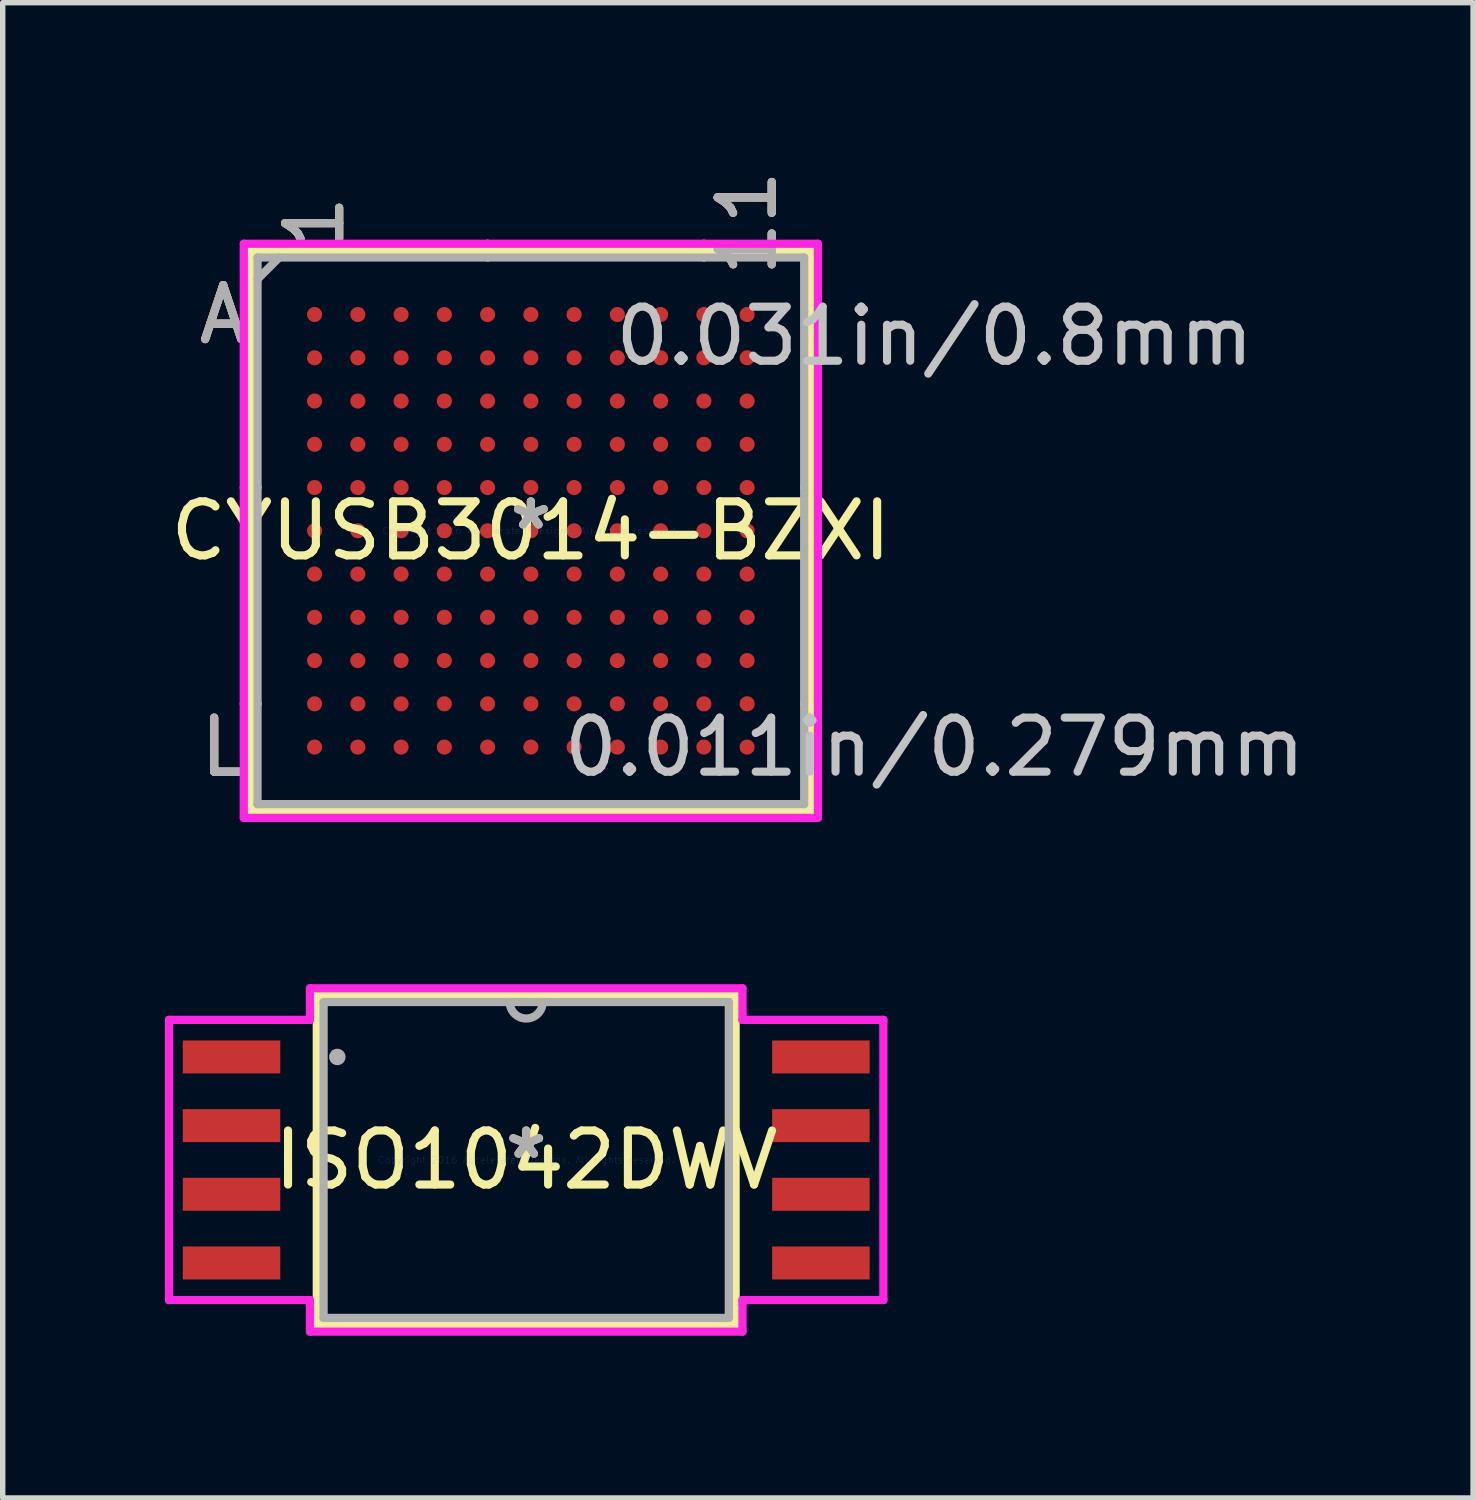
<source format=kicad_pcb>
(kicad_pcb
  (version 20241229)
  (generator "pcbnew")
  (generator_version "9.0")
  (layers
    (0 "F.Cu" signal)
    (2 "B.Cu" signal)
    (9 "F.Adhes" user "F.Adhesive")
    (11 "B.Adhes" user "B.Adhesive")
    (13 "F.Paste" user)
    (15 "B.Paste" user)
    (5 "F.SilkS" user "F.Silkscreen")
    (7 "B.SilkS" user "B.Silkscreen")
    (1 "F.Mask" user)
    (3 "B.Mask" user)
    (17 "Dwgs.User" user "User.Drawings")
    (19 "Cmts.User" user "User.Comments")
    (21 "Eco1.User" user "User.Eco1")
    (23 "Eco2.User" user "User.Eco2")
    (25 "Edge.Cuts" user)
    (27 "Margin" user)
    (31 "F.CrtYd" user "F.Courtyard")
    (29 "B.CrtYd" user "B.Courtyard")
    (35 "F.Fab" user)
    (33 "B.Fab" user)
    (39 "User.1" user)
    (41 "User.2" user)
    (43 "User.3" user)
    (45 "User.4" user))
  (footprint "ISO1042DWV"
    (layer "F.Cu")
    (at 6.682 18.403)
    (property "Reference" "ISO1042DWV" (at 0 0 0) (layer "F.SilkS") (effects (font (size 1 1) (thickness 0.15))))
    (attr through_hole)
    (fp_line (start -3.873 -3.048) (end -3.873 3.048) (stroke (width 0.152) (type solid)) (layer "F.SilkS"))
    (fp_line (start -3.873 3.048) (end 3.873 3.048) (stroke (width 0.152) (type solid)) (layer "F.SilkS"))
    (fp_line (start 3.873 -3.048) (end -3.873 -3.048) (stroke (width 0.152) (type solid)) (layer "F.SilkS"))
    (fp_line (start 3.873 3.048) (end 3.873 -3.048) (stroke (width 0.152) (type solid)) (layer "F.SilkS"))
    (fp_line (start -6.606 -2.591) (end -4 -2.591) (stroke (width 0.152) (type solid)) (layer "F.CrtYd"))
    (fp_line (start -6.606 2.591) (end -6.606 -2.591) (stroke (width 0.152) (type solid)) (layer "F.CrtYd"))
    (fp_line (start -4 -3.175) (end 4 -3.175) (stroke (width 0.152) (type solid)) (layer "F.CrtYd"))
    (fp_line (start -4 -2.591) (end -4 -3.175) (stroke (width 0.152) (type solid)) (layer "F.CrtYd"))
    (fp_line (start -4 2.591) (end -6.606 2.591) (stroke (width 0.152) (type solid)) (layer "F.CrtYd"))
    (fp_line (start -4 3.175) (end -4 2.591) (stroke (width 0.152) (type solid)) (layer "F.CrtYd"))
    (fp_line (start 4 -3.175) (end 4 -2.591) (stroke (width 0.152) (type solid)) (layer "F.CrtYd"))
    (fp_line (start 4 -2.591) (end 6.606 -2.591) (stroke (width 0.152) (type solid)) (layer "F.CrtYd"))
    (fp_line (start 4 2.591) (end 4 3.175) (stroke (width 0.152) (type solid)) (layer "F.CrtYd"))
    (fp_line (start 4 3.175) (end -4 3.175) (stroke (width 0.152) (type solid)) (layer "F.CrtYd"))
    (fp_line (start 6.606 -2.591) (end 6.606 2.591) (stroke (width 0.152) (type solid)) (layer "F.CrtYd"))
    (fp_line (start 6.606 2.591) (end 4 2.591) (stroke (width 0.152) (type solid)) (layer "F.CrtYd"))
    (fp_line (start -3.747 -2.921) (end -3.747 2.921) (stroke (width 0.152) (type solid)) (layer "F.Fab"))
    (fp_line (start -3.747 2.921) (end 3.747 2.921) (stroke (width 0.152) (type solid)) (layer "F.Fab"))
    (fp_line (start 3.747 -2.921) (end -3.747 -2.921) (stroke (width 0.152) (type solid)) (layer "F.Fab"))
    (fp_line (start 3.747 2.921) (end 3.747 -2.921) (stroke (width 0.152) (type solid)) (layer "F.Fab"))
    (fp_arc (start 0.3048 -2.921) (mid 0 -2.6162) (end -0.3048 -2.921) (stroke (width 0.1524) (type solid)) (layer "F.Fab"))
    (fp_circle (center -3.493 -1.905) (end -3.493 -1.905) (stroke (width 0.152) (type solid)) (fill no) (layer "F.Fab"))
    (fp_text user "*" (at 0 0 0) (layer "F.SilkS") (effects (font (size 1 1) (thickness 0.15))))
    (fp_text user "Copyright 2016 Accelerated Designs. All rights reserved." (at 0 0 0) (layer "Cmts.User") (effects (font (size 0.127 0.127) (thickness 0.002))))
    (fp_text user "*" (at 0 0 0) (layer "F.Fab") (effects (font (size 1 1) (thickness 0.15))))
    (pad "1" smd rect (at -5.45 -1.905) (size 1.803 0.61) (layers "F.Cu" "F.Mask" "F.Paste"))
    (pad "2" smd rect (at -5.45 -0.635) (size 1.803 0.61) (layers "F.Cu" "F.Mask" "F.Paste"))
    (pad "3" smd rect (at -5.45 0.635) (size 1.803 0.61) (layers "F.Cu" "F.Mask" "F.Paste"))
    (pad "4" smd rect (at -5.45 1.905) (size 1.803 0.61) (layers "F.Cu" "F.Mask" "F.Paste"))
    (pad "5" smd rect (at 5.45 1.905) (size 1.803 0.61) (layers "F.Cu" "F.Mask" "F.Paste"))
    (pad "6" smd rect (at 5.45 0.635) (size 1.803 0.61) (layers "F.Cu" "F.Mask" "F.Paste"))
    (pad "7" smd rect (at 5.45 -0.635) (size 1.803 0.61) (layers "F.Cu" "F.Mask" "F.Paste"))
    (pad "8" smd rect (at 5.45 -1.905) (size 1.803 0.61) (layers "F.Cu" "F.Mask" "F.Paste")))
  (footprint "CYUSB3014-BZXI"
    (layer "F.Cu")
    (at 6.768 6.767)
    (property "Reference" "CYUSB3014-BZXI" (at 0 0 0) (layer "F.SilkS") (effects (font (size 1 1) (thickness 0.15))))
    (attr through_hole)
    (fp_line (start -5.182 -5.182) (end -5.182 5.182) (stroke (width 0.152) (type solid)) (layer "F.SilkS"))
    (fp_line (start -5.182 5.182) (end 5.182 5.182) (stroke (width 0.152) (type solid)) (layer "F.SilkS"))
    (fp_line (start -5.055 -0.8) (end -5.309 -0.8) (stroke (width 0.152) (type solid)) (layer "F.SilkS"))
    (fp_line (start -5.055 3.2) (end -5.309 3.2) (stroke (width 0.152) (type solid)) (layer "F.SilkS"))
    (fp_line (start -0.8 -5.055) (end -0.8 -5.309) (stroke (width 0.152) (type solid)) (layer "F.SilkS"))
    (fp_line (start -0.8 5.055) (end -0.8 5.309) (stroke (width 0.152) (type solid)) (layer "F.SilkS"))
    (fp_line (start 3.2 -5.055) (end 3.2 -5.309) (stroke (width 0.152) (type solid)) (layer "F.SilkS"))
    (fp_line (start 3.2 5.055) (end 3.2 5.309) (stroke (width 0.152) (type solid)) (layer "F.SilkS"))
    (fp_line (start 5.055 -0.8) (end 5.309 -0.8) (stroke (width 0.152) (type solid)) (layer "F.SilkS"))
    (fp_line (start 5.055 3.2) (end 5.309 3.2) (stroke (width 0.152) (type solid)) (layer "F.SilkS"))
    (fp_line (start 5.182 -5.182) (end -5.182 -5.182) (stroke (width 0.152) (type solid)) (layer "F.SilkS"))
    (fp_line (start 5.182 5.182) (end 5.182 -5.182) (stroke (width 0.152) (type solid)) (layer "F.SilkS"))
    (fp_line (start -5.309 -5.309) (end 5.309 -5.309) (stroke (width 0.152) (type solid)) (layer "F.CrtYd"))
    (fp_line (start -5.309 5.309) (end -5.309 -5.309) (stroke (width 0.152) (type solid)) (layer "F.CrtYd"))
    (fp_line (start 5.309 -5.309) (end 5.309 5.309) (stroke (width 0.152) (type solid)) (layer "F.CrtYd"))
    (fp_line (start 5.309 5.309) (end -5.309 5.309) (stroke (width 0.152) (type solid)) (layer "F.CrtYd"))
    (fp_line (start -5.055 -5.055) (end -5.055 5.055) (stroke (width 0.152) (type solid)) (layer "F.Fab"))
    (fp_line (start -5.055 5.055) (end 5.055 5.055) (stroke (width 0.152) (type solid)) (layer "F.Fab"))
    (fp_line (start -4.655 -5.055) (end -5.055 -4.655) (stroke (width 0.152) (type solid)) (layer "F.Fab"))
    (fp_line (start 5.055 -5.055) (end -5.055 -5.055) (stroke (width 0.152) (type solid)) (layer "F.Fab"))
    (fp_line (start 5.055 5.055) (end 5.055 -5.055) (stroke (width 0.152) (type solid)) (layer "F.Fab"))
    (fp_text user "L" (at -5.69 4 0) (layer "F.SilkS") (effects (font (size 1 1) (thickness 0.15))))
    (fp_text user "11" (at 4 -5.69 90) (layer "F.SilkS") (effects (font (size 1 1) (thickness 0.15))))
    (fp_text user "*" (at 0 0 0) (layer "F.SilkS") (effects (font (size 1 1) (thickness 0.15))))
    (fp_text user "1" (at -4 -5.69 90) (layer "F.SilkS") (effects (font (size 1 1) (thickness 0.15))))
    (fp_text user "A" (at -5.69 -4 0) (layer "F.SilkS") (effects (font (size 1 1) (thickness 0.15))))
    (fp_text user "1" (at -4 -5.69 90) (layer "B.SilkS") (effects (font (size 1 1) (thickness 0.15))))
    (fp_text user "L" (at -5.69 4 0) (layer "B.SilkS") (effects (font (size 1 1) (thickness 0.15))))
    (fp_text user "A" (at -5.69 -4 0) (layer "B.SilkS") (effects (font (size 1 1) (thickness 0.15))))
    (fp_text user "11" (at 4 -5.69 90) (layer "B.SilkS") (effects (font (size 1 1) (thickness 0.15))))
    (fp_text user "0.031in/0.8mm" (at 7.468 -3.6 0) (layer "Dwgs.User") (effects (font (size 1 1) (thickness 0.15))))
    (fp_text user "0.011in/0.279mm" (at 7.468 4 0) (layer "Dwgs.User") (effects (font (size 1 1) (thickness 0.15))))
    (fp_text user "Copyright 2016 Accelerated Designs. All rights reserved." (at 0 0 0) (layer "Cmts.User") (effects (font (size 0.127 0.127) (thickness 0.002))))
    (fp_text user "11" (at 4 -5.69 90) (layer "F.Fab") (effects (font (size 1 1) (thickness 0.15))))
    (fp_text user "A" (at -5.69 -4 0) (layer "F.Fab") (effects (font (size 1 1) (thickness 0.15))))
    (fp_text user "*" (at 0 0 0) (layer "F.Fab") (effects (font (size 1 1) (thickness 0.15))))
    (fp_text user "L" (at -5.69 4 0) (layer "F.Fab") (effects (font (size 1 1) (thickness 0.15))))
    (fp_text user "1" (at -4 -5.69 90) (layer "F.Fab") (effects (font (size 1 1) (thickness 0.15))))
    (pad "A1" smd circle (at -4 -4) (size 0.279 0.279) (layers "F.Cu" "F.Mask" "F.Paste"))
    (pad "A2" smd circle (at -3.2 -4) (size 0.279 0.279) (layers "F.Cu" "F.Mask" "F.Paste"))
    (pad "A3" smd circle (at -2.4 -4) (size 0.279 0.279) (layers "F.Cu" "F.Mask" "F.Paste"))
    (pad "A4" smd circle (at -1.6 -4) (size 0.279 0.279) (layers "F.Cu" "F.Mask" "F.Paste"))
    (pad "A5" smd circle (at -0.8 -4) (size 0.279 0.279) (layers "F.Cu" "F.Mask" "F.Paste"))
    (pad "A6" smd circle (at 0 -4) (size 0.279 0.279) (layers "F.Cu" "F.Mask" "F.Paste"))
    (pad "A7" smd circle (at 0.8 -4) (size 0.279 0.279) (layers "F.Cu" "F.Mask" "F.Paste"))
    (pad "A8" smd circle (at 1.6 -4) (size 0.279 0.279) (layers "F.Cu" "F.Mask" "F.Paste"))
    (pad "A9" smd circle (at 2.4 -4) (size 0.279 0.279) (layers "F.Cu" "F.Mask" "F.Paste"))
    (pad "A10" smd circle (at 3.2 -4) (size 0.279 0.279) (layers "F.Cu" "F.Mask" "F.Paste"))
    (pad "A11" smd circle (at 4 -4) (size 0.279 0.279) (layers "F.Cu" "F.Mask" "F.Paste"))
    (pad "B1" smd circle (at -4 -3.2) (size 0.279 0.279) (layers "F.Cu" "F.Mask" "F.Paste"))
    (pad "B2" smd circle (at -3.2 -3.2) (size 0.279 0.279) (layers "F.Cu" "F.Mask" "F.Paste"))
    (pad "B3" smd circle (at -2.4 -3.2) (size 0.279 0.279) (layers "F.Cu" "F.Mask" "F.Paste"))
    (pad "B4" smd circle (at -1.6 -3.2) (size 0.279 0.279) (layers "F.Cu" "F.Mask" "F.Paste"))
    (pad "B5" smd circle (at -0.8 -3.2) (size 0.279 0.279) (layers "F.Cu" "F.Mask" "F.Paste"))
    (pad "B6" smd circle (at 0 -3.2) (size 0.279 0.279) (layers "F.Cu" "F.Mask" "F.Paste"))
    (pad "B7" smd circle (at 0.8 -3.2) (size 0.279 0.279) (layers "F.Cu" "F.Mask" "F.Paste"))
    (pad "B8" smd circle (at 1.6 -3.2) (size 0.279 0.279) (layers "F.Cu" "F.Mask" "F.Paste"))
    (pad "B9" smd circle (at 2.4 -3.2) (size 0.279 0.279) (layers "F.Cu" "F.Mask" "F.Paste"))
    (pad "B10" smd circle (at 3.2 -3.2) (size 0.279 0.279) (layers "F.Cu" "F.Mask" "F.Paste"))
    (pad "B11" smd circle (at 4 -3.2) (size 0.279 0.279) (layers "F.Cu" "F.Mask" "F.Paste"))
    (pad "C1" smd circle (at -4 -2.4) (size 0.279 0.279) (layers "F.Cu" "F.Mask" "F.Paste"))
    (pad "C2" smd circle (at -3.2 -2.4) (size 0.279 0.279) (layers "F.Cu" "F.Mask" "F.Paste"))
    (pad "C3" smd circle (at -2.4 -2.4) (size 0.279 0.279) (layers "F.Cu" "F.Mask" "F.Paste"))
    (pad "C4" smd circle (at -1.6 -2.4) (size 0.279 0.279) (layers "F.Cu" "F.Mask" "F.Paste"))
    (pad "C5" smd circle (at -0.8 -2.4) (size 0.279 0.279) (layers "F.Cu" "F.Mask" "F.Paste"))
    (pad "C6" smd circle (at 0 -2.4) (size 0.279 0.279) (layers "F.Cu" "F.Mask" "F.Paste"))
    (pad "C7" smd circle (at 0.8 -2.4) (size 0.279 0.279) (layers "F.Cu" "F.Mask" "F.Paste"))
    (pad "C8" smd circle (at 1.6 -2.4) (size 0.279 0.279) (layers "F.Cu" "F.Mask" "F.Paste"))
    (pad "C9" smd circle (at 2.4 -2.4) (size 0.279 0.279) (layers "F.Cu" "F.Mask" "F.Paste"))
    (pad "C10" smd circle (at 3.2 -2.4) (size 0.279 0.279) (layers "F.Cu" "F.Mask" "F.Paste"))
    (pad "C11" smd circle (at 4 -2.4) (size 0.279 0.279) (layers "F.Cu" "F.Mask" "F.Paste"))
    (pad "D1" smd circle (at -4 -1.6) (size 0.279 0.279) (layers "F.Cu" "F.Mask" "F.Paste"))
    (pad "D2" smd circle (at -3.2 -1.6) (size 0.279 0.279) (layers "F.Cu" "F.Mask" "F.Paste"))
    (pad "D3" smd circle (at -2.4 -1.6) (size 0.279 0.279) (layers "F.Cu" "F.Mask" "F.Paste"))
    (pad "D4" smd circle (at -1.6 -1.6) (size 0.279 0.279) (layers "F.Cu" "F.Mask" "F.Paste"))
    (pad "D5" smd circle (at -0.8 -1.6) (size 0.279 0.279) (layers "F.Cu" "F.Mask" "F.Paste"))
    (pad "D6" smd circle (at 0 -1.6) (size 0.279 0.279) (layers "F.Cu" "F.Mask" "F.Paste"))
    (pad "D7" smd circle (at 0.8 -1.6) (size 0.279 0.279) (layers "F.Cu" "F.Mask" "F.Paste"))
    (pad "D8" smd circle (at 1.6 -1.6) (size 0.279 0.279) (layers "F.Cu" "F.Mask" "F.Paste"))
    (pad "D9" smd circle (at 2.4 -1.6) (size 0.279 0.279) (layers "F.Cu" "F.Mask" "F.Paste"))
    (pad "D10" smd circle (at 3.2 -1.6) (size 0.279 0.279) (layers "F.Cu" "F.Mask" "F.Paste"))
    (pad "D11" smd circle (at 4 -1.6) (size 0.279 0.279) (layers "F.Cu" "F.Mask" "F.Paste"))
    (pad "E1" smd circle (at -4 -0.8) (size 0.279 0.279) (layers "F.Cu" "F.Mask" "F.Paste"))
    (pad "E2" smd circle (at -3.2 -0.8) (size 0.279 0.279) (layers "F.Cu" "F.Mask" "F.Paste"))
    (pad "E3" smd circle (at -2.4 -0.8) (size 0.279 0.279) (layers "F.Cu" "F.Mask" "F.Paste"))
    (pad "E4" smd circle (at -1.6 -0.8) (size 0.279 0.279) (layers "F.Cu" "F.Mask" "F.Paste"))
    (pad "E5" smd circle (at -0.8 -0.8) (size 0.279 0.279) (layers "F.Cu" "F.Mask" "F.Paste"))
    (pad "E6" smd circle (at 0 -0.8) (size 0.279 0.279) (layers "F.Cu" "F.Mask" "F.Paste"))
    (pad "E7" smd circle (at 0.8 -0.8) (size 0.279 0.279) (layers "F.Cu" "F.Mask" "F.Paste"))
    (pad "E8" smd circle (at 1.6 -0.8) (size 0.279 0.279) (layers "F.Cu" "F.Mask" "F.Paste"))
    (pad "E9" smd circle (at 2.4 -0.8) (size 0.279 0.279) (layers "F.Cu" "F.Mask" "F.Paste"))
    (pad "E10" smd circle (at 3.2 -0.8) (size 0.279 0.279) (layers "F.Cu" "F.Mask" "F.Paste"))
    (pad "E11" smd circle (at 4 -0.8) (size 0.279 0.279) (layers "F.Cu" "F.Mask" "F.Paste"))
    (pad "F1" smd circle (at -4 0) (size 0.279 0.279) (layers "F.Cu" "F.Mask" "F.Paste"))
    (pad "F2" smd circle (at -3.2 0) (size 0.279 0.279) (layers "F.Cu" "F.Mask" "F.Paste"))
    (pad "F3" smd circle (at -2.4 0) (size 0.279 0.279) (layers "F.Cu" "F.Mask" "F.Paste"))
    (pad "F4" smd circle (at -1.6 0) (size 0.279 0.279) (layers "F.Cu" "F.Mask" "F.Paste"))
    (pad "F5" smd circle (at -0.8 0) (size 0.279 0.279) (layers "F.Cu" "F.Mask" "F.Paste"))
    (pad "F6" smd circle (at 0 0) (size 0.279 0.279) (layers "F.Cu" "F.Mask" "F.Paste"))
    (pad "F7" smd circle (at 0.8 0) (size 0.279 0.279) (layers "F.Cu" "F.Mask" "F.Paste"))
    (pad "F8" smd circle (at 1.6 0) (size 0.279 0.279) (layers "F.Cu" "F.Mask" "F.Paste"))
    (pad "F9" smd circle (at 2.4 0) (size 0.279 0.279) (layers "F.Cu" "F.Mask" "F.Paste"))
    (pad "F10" smd circle (at 3.2 0) (size 0.279 0.279) (layers "F.Cu" "F.Mask" "F.Paste"))
    (pad "F11" smd circle (at 4 0) (size 0.279 0.279) (layers "F.Cu" "F.Mask" "F.Paste"))
    (pad "G1" smd circle (at -4 0.8) (size 0.279 0.279) (layers "F.Cu" "F.Mask" "F.Paste"))
    (pad "G2" smd circle (at -3.2 0.8) (size 0.279 0.279) (layers "F.Cu" "F.Mask" "F.Paste"))
    (pad "G3" smd circle (at -2.4 0.8) (size 0.279 0.279) (layers "F.Cu" "F.Mask" "F.Paste"))
    (pad "G4" smd circle (at -1.6 0.8) (size 0.279 0.279) (layers "F.Cu" "F.Mask" "F.Paste"))
    (pad "G5" smd circle (at -0.8 0.8) (size 0.279 0.279) (layers "F.Cu" "F.Mask" "F.Paste"))
    (pad "G6" smd circle (at 0 0.8) (size 0.279 0.279) (layers "F.Cu" "F.Mask" "F.Paste"))
    (pad "G7" smd circle (at 0.8 0.8) (size 0.279 0.279) (layers "F.Cu" "F.Mask" "F.Paste"))
    (pad "G8" smd circle (at 1.6 0.8) (size 0.279 0.279) (layers "F.Cu" "F.Mask" "F.Paste"))
    (pad "G9" smd circle (at 2.4 0.8) (size 0.279 0.279) (layers "F.Cu" "F.Mask" "F.Paste"))
    (pad "G10" smd circle (at 3.2 0.8) (size 0.279 0.279) (layers "F.Cu" "F.Mask" "F.Paste"))
    (pad "G11" smd circle (at 4 0.8) (size 0.279 0.279) (layers "F.Cu" "F.Mask" "F.Paste"))
    (pad "H1" smd circle (at -4 1.6) (size 0.279 0.279) (layers "F.Cu" "F.Mask" "F.Paste"))
    (pad "H2" smd circle (at -3.2 1.6) (size 0.279 0.279) (layers "F.Cu" "F.Mask" "F.Paste"))
    (pad "H3" smd circle (at -2.4 1.6) (size 0.279 0.279) (layers "F.Cu" "F.Mask" "F.Paste"))
    (pad "H4" smd circle (at -1.6 1.6) (size 0.279 0.279) (layers "F.Cu" "F.Mask" "F.Paste"))
    (pad "H5" smd circle (at -0.8 1.6) (size 0.279 0.279) (layers "F.Cu" "F.Mask" "F.Paste"))
    (pad "H6" smd circle (at 0 1.6) (size 0.279 0.279) (layers "F.Cu" "F.Mask" "F.Paste"))
    (pad "H7" smd circle (at 0.8 1.6) (size 0.279 0.279) (layers "F.Cu" "F.Mask" "F.Paste"))
    (pad "H8" smd circle (at 1.6 1.6) (size 0.279 0.279) (layers "F.Cu" "F.Mask" "F.Paste"))
    (pad "H9" smd circle (at 2.4 1.6) (size 0.279 0.279) (layers "F.Cu" "F.Mask" "F.Paste"))
    (pad "H10" smd circle (at 3.2 1.6) (size 0.279 0.279) (layers "F.Cu" "F.Mask" "F.Paste"))
    (pad "H11" smd circle (at 4 1.6) (size 0.279 0.279) (layers "F.Cu" "F.Mask" "F.Paste"))
    (pad "J1" smd circle (at -4 2.4) (size 0.279 0.279) (layers "F.Cu" "F.Mask" "F.Paste"))
    (pad "J2" smd circle (at -3.2 2.4) (size 0.279 0.279) (layers "F.Cu" "F.Mask" "F.Paste"))
    (pad "J3" smd circle (at -2.4 2.4) (size 0.279 0.279) (layers "F.Cu" "F.Mask" "F.Paste"))
    (pad "J4" smd circle (at -1.6 2.4) (size 0.279 0.279) (layers "F.Cu" "F.Mask" "F.Paste"))
    (pad "J5" smd circle (at -0.8 2.4) (size 0.279 0.279) (layers "F.Cu" "F.Mask" "F.Paste"))
    (pad "J6" smd circle (at 0 2.4) (size 0.279 0.279) (layers "F.Cu" "F.Mask" "F.Paste"))
    (pad "J7" smd circle (at 0.8 2.4) (size 0.279 0.279) (layers "F.Cu" "F.Mask" "F.Paste"))
    (pad "J8" smd circle (at 1.6 2.4) (size 0.279 0.279) (layers "F.Cu" "F.Mask" "F.Paste"))
    (pad "J9" smd circle (at 2.4 2.4) (size 0.279 0.279) (layers "F.Cu" "F.Mask" "F.Paste"))
    (pad "J10" smd circle (at 3.2 2.4) (size 0.279 0.279) (layers "F.Cu" "F.Mask" "F.Paste"))
    (pad "J11" smd circle (at 4 2.4) (size 0.279 0.279) (layers "F.Cu" "F.Mask" "F.Paste"))
    (pad "K1" smd circle (at -4 3.2) (size 0.279 0.279) (layers "F.Cu" "F.Mask" "F.Paste"))
    (pad "K2" smd circle (at -3.2 3.2) (size 0.279 0.279) (layers "F.Cu" "F.Mask" "F.Paste"))
    (pad "K3" smd circle (at -2.4 3.2) (size 0.279 0.279) (layers "F.Cu" "F.Mask" "F.Paste"))
    (pad "K4" smd circle (at -1.6 3.2) (size 0.279 0.279) (layers "F.Cu" "F.Mask" "F.Paste"))
    (pad "K5" smd circle (at -0.8 3.2) (size 0.279 0.279) (layers "F.Cu" "F.Mask" "F.Paste"))
    (pad "K6" smd circle (at 0 3.2) (size 0.279 0.279) (layers "F.Cu" "F.Mask" "F.Paste"))
    (pad "K7" smd circle (at 0.8 3.2) (size 0.279 0.279) (layers "F.Cu" "F.Mask" "F.Paste"))
    (pad "K8" smd circle (at 1.6 3.2) (size 0.279 0.279) (layers "F.Cu" "F.Mask" "F.Paste"))
    (pad "K9" smd circle (at 2.4 3.2) (size 0.279 0.279) (layers "F.Cu" "F.Mask" "F.Paste"))
    (pad "K10" smd circle (at 3.2 3.2) (size 0.279 0.279) (layers "F.Cu" "F.Mask" "F.Paste"))
    (pad "K11" smd circle (at 4 3.2) (size 0.279 0.279) (layers "F.Cu" "F.Mask" "F.Paste"))
    (pad "L1" smd circle (at -4 4) (size 0.279 0.279) (layers "F.Cu" "F.Mask" "F.Paste"))
    (pad "L2" smd circle (at -3.2 4) (size 0.279 0.279) (layers "F.Cu" "F.Mask" "F.Paste"))
    (pad "L3" smd circle (at -2.4 4) (size 0.279 0.279) (layers "F.Cu" "F.Mask" "F.Paste"))
    (pad "L4" smd circle (at -1.6 4) (size 0.279 0.279) (layers "F.Cu" "F.Mask" "F.Paste"))
    (pad "L5" smd circle (at -0.8 4) (size 0.279 0.279) (layers "F.Cu" "F.Mask" "F.Paste"))
    (pad "L6" smd circle (at 0 4) (size 0.279 0.279) (layers "F.Cu" "F.Mask" "F.Paste"))
    (pad "L7" smd circle (at 0.8 4) (size 0.279 0.279) (layers "F.Cu" "F.Mask" "F.Paste"))
    (pad "L8" smd circle (at 1.6 4) (size 0.279 0.279) (layers "F.Cu" "F.Mask" "F.Paste"))
    (pad "L9" smd circle (at 2.4 4) (size 0.279 0.279) (layers "F.Cu" "F.Mask" "F.Paste"))
    (pad "L10" smd circle (at 3.2 4) (size 0.279 0.279) (layers "F.Cu" "F.Mask" "F.Paste"))
    (pad "L11" smd circle (at 4 4) (size 0.279 0.279) (layers "F.Cu" "F.Mask" "F.Paste")))
  (gr_rect
    (start -3 -3)
    (end 24.194 24.654)
    (stroke (width 0.1) (type default))
    (fill no)
    (layer "Edge.Cuts")))
</source>
